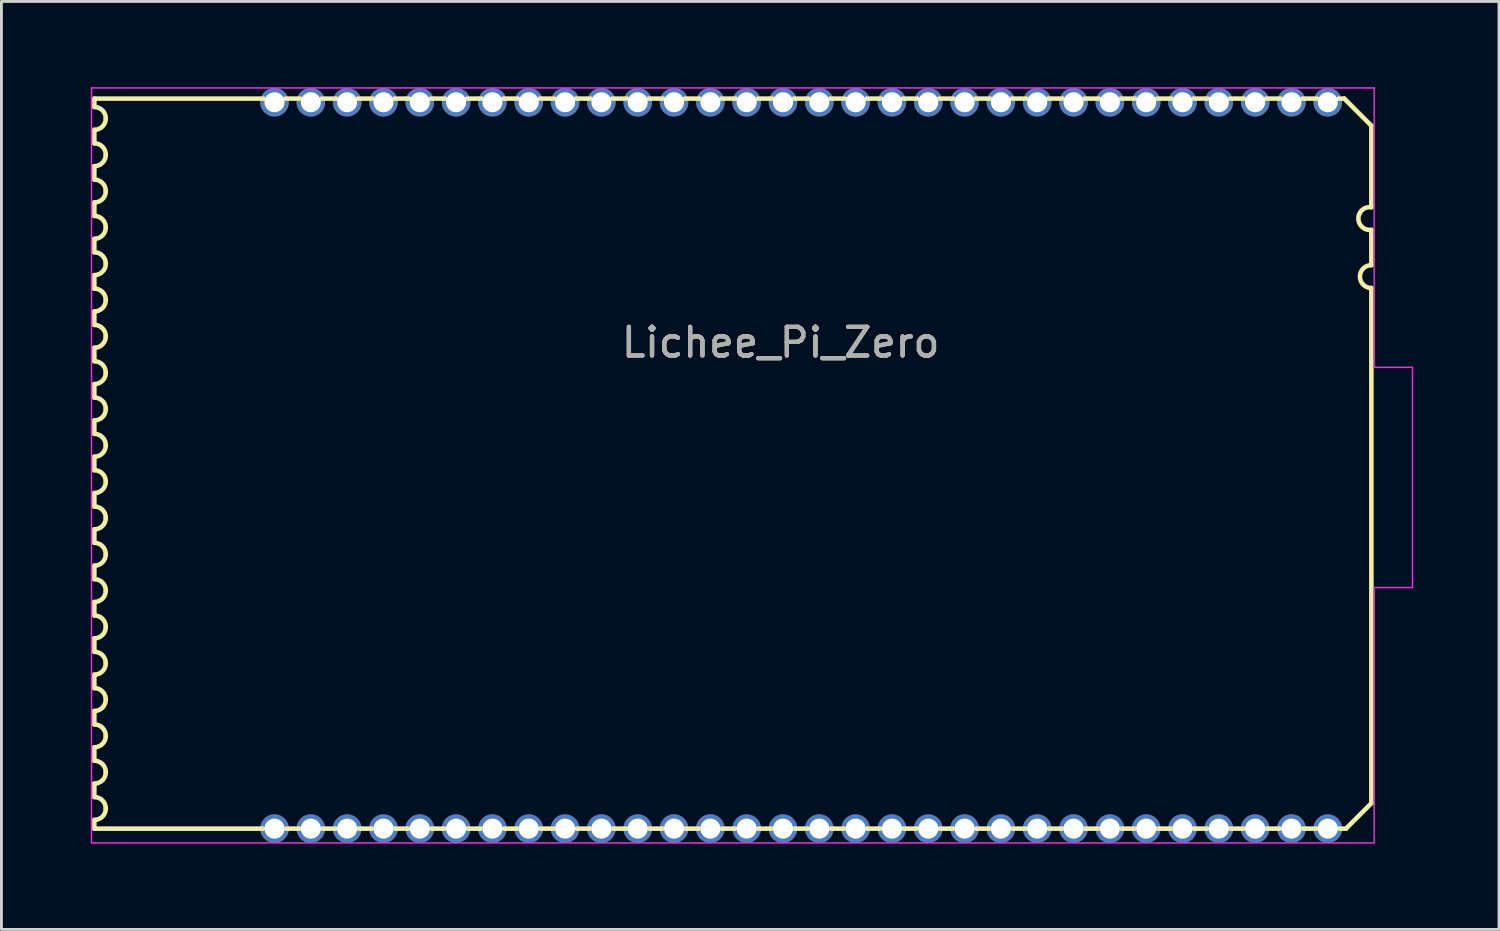
<source format=kicad_pcb>
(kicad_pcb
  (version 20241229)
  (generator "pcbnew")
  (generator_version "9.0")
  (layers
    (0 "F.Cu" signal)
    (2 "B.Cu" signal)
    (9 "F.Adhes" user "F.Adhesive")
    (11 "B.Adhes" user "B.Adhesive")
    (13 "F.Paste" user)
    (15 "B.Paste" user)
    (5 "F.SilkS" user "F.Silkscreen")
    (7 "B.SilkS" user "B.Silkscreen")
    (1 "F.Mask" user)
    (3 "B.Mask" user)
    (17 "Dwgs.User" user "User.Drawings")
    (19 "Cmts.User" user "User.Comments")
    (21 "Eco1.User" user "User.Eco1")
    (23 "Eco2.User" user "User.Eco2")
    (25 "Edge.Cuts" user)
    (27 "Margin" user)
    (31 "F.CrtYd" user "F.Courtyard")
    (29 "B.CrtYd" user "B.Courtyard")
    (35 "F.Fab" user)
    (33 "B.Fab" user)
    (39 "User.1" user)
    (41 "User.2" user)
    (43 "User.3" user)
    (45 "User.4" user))
  (footprint "Lichee_Pi_Zero"
    (layer "F.Cu")
    (at 0.25 25.925)
    (property "Reference" "Lichee_Pi_Zero" (at 24 -17 0) (layer "F.SilkS") (effects (font (size 1 1) (thickness 0.15))))
    (attr smd)
    (fp_line (start -0.001 -25.527) (end -0.001 -25.234) (stroke (width 0.16) (type solid)) (layer "F.SilkS"))
    (fp_line (start -0.001 -24.434) (end -0.001 -23.964) (stroke (width 0.16) (type solid)) (layer "F.SilkS"))
    (fp_line (start -0.001 -23.164) (end -0.001 -22.694) (stroke (width 0.16) (type solid)) (layer "F.SilkS"))
    (fp_line (start -0.001 -21.894) (end -0.001 -21.424) (stroke (width 0.16) (type solid)) (layer "F.SilkS"))
    (fp_line (start -0.001 -20.624) (end -0.001 -20.154) (stroke (width 0.16) (type solid)) (layer "F.SilkS"))
    (fp_line (start -0.001 -19.354) (end -0.001 -18.884) (stroke (width 0.16) (type solid)) (layer "F.SilkS"))
    (fp_line (start -0.001 -18.084) (end -0.001 -17.614) (stroke (width 0.16) (type solid)) (layer "F.SilkS"))
    (fp_line (start -0.001 -16.814) (end -0.001 -16.344) (stroke (width 0.16) (type solid)) (layer "F.SilkS"))
    (fp_line (start -0.001 -15.544) (end -0.001 -15.074) (stroke (width 0.16) (type solid)) (layer "F.SilkS"))
    (fp_line (start -0.001 -14.274) (end -0.001 -13.804) (stroke (width 0.16) (type solid)) (layer "F.SilkS"))
    (fp_line (start -0.001 -13.004) (end -0.001 -12.534) (stroke (width 0.16) (type solid)) (layer "F.SilkS"))
    (fp_line (start -0.001 -11.734) (end -0.001 -11.264) (stroke (width 0.16) (type solid)) (layer "F.SilkS"))
    (fp_line (start -0.001 -10.464) (end -0.001 -9.994) (stroke (width 0.16) (type solid)) (layer "F.SilkS"))
    (fp_line (start -0.001 -9.194) (end -0.001 -8.724) (stroke (width 0.16) (type solid)) (layer "F.SilkS"))
    (fp_line (start -0.001 -7.924) (end -0.001 -7.454) (stroke (width 0.16) (type solid)) (layer "F.SilkS"))
    (fp_line (start -0.001 -6.654) (end -0.001 -6.184) (stroke (width 0.16) (type solid)) (layer "F.SilkS"))
    (fp_line (start -0.001 -5.384) (end -0.001 -4.914) (stroke (width 0.16) (type solid)) (layer "F.SilkS"))
    (fp_line (start -0.001 -4.114) (end -0.001 -3.644) (stroke (width 0.16) (type solid)) (layer "F.SilkS"))
    (fp_line (start -0.001 -2.844) (end -0.001 -2.374) (stroke (width 0.16) (type solid)) (layer "F.SilkS"))
    (fp_line (start -0.001 -1.574) (end -0.001 -1.104) (stroke (width 0.16) (type solid)) (layer "F.SilkS"))
    (fp_line (start -0.001 -0.304) (end -0.001 0) (stroke (width 0.16) (type solid)) (layer "F.SilkS"))
    (fp_line (start -0.001 0) (end 5.899 0) (stroke (width 0.16) (type solid)) (layer "F.SilkS"))
    (fp_line (start 5.92 -25.527) (end -0.001 -25.527) (stroke (width 0.16) (type solid)) (layer "F.SilkS"))
    (fp_line (start 6.699 0) (end 7.169 0) (stroke (width 0.16) (type solid)) (layer "F.SilkS"))
    (fp_line (start 7.19 -25.527) (end 6.679 -25.527) (stroke (width 0.16) (type solid)) (layer "F.SilkS"))
    (fp_line (start 7.969 0) (end 8.439 0) (stroke (width 0.16) (type solid)) (layer "F.SilkS"))
    (fp_line (start 8.46 -25.527) (end 7.949 -25.527) (stroke (width 0.16) (type solid)) (layer "F.SilkS"))
    (fp_line (start 9.239 0) (end 9.709 0) (stroke (width 0.16) (type solid)) (layer "F.SilkS"))
    (fp_line (start 9.73 -25.527) (end 9.219 -25.527) (stroke (width 0.16) (type solid)) (layer "F.SilkS"))
    (fp_line (start 10.509 0) (end 10.979 0) (stroke (width 0.16) (type solid)) (layer "F.SilkS"))
    (fp_line (start 11 -25.527) (end 10.489 -25.527) (stroke (width 0.16) (type solid)) (layer "F.SilkS"))
    (fp_line (start 11.779 0) (end 12.249 0) (stroke (width 0.16) (type solid)) (layer "F.SilkS"))
    (fp_line (start 12.27 -25.527) (end 11.759 -25.527) (stroke (width 0.16) (type solid)) (layer "F.SilkS"))
    (fp_line (start 13.049 0) (end 13.519 0) (stroke (width 0.16) (type solid)) (layer "F.SilkS"))
    (fp_line (start 13.54 -25.527) (end 13.029 -25.527) (stroke (width 0.16) (type solid)) (layer "F.SilkS"))
    (fp_line (start 14.319 0) (end 14.789 0) (stroke (width 0.16) (type solid)) (layer "F.SilkS"))
    (fp_line (start 14.81 -25.527) (end 14.299 -25.527) (stroke (width 0.16) (type solid)) (layer "F.SilkS"))
    (fp_line (start 15.589 0) (end 16.059 0) (stroke (width 0.16) (type solid)) (layer "F.SilkS"))
    (fp_line (start 16.08 -25.527) (end 15.569 -25.527) (stroke (width 0.16) (type solid)) (layer "F.SilkS"))
    (fp_line (start 16.859 0) (end 17.329 0) (stroke (width 0.16) (type solid)) (layer "F.SilkS"))
    (fp_line (start 17.35 -25.527) (end 16.839 -25.527) (stroke (width 0.16) (type solid)) (layer "F.SilkS"))
    (fp_line (start 18.129 0) (end 18.599 0) (stroke (width 0.16) (type solid)) (layer "F.SilkS"))
    (fp_line (start 18.62 -25.527) (end 18.109 -25.527) (stroke (width 0.16) (type solid)) (layer "F.SilkS"))
    (fp_line (start 19.399 0) (end 19.869 0) (stroke (width 0.16) (type solid)) (layer "F.SilkS"))
    (fp_line (start 19.89 -25.527) (end 19.379 -25.527) (stroke (width 0.16) (type solid)) (layer "F.SilkS"))
    (fp_line (start 20.669 0) (end 21.139 0) (stroke (width 0.16) (type solid)) (layer "F.SilkS"))
    (fp_line (start 21.16 -25.527) (end 20.649 -25.527) (stroke (width 0.16) (type solid)) (layer "F.SilkS"))
    (fp_line (start 21.939 0) (end 22.409 0) (stroke (width 0.16) (type solid)) (layer "F.SilkS"))
    (fp_line (start 22.43 -25.527) (end 21.919 -25.527) (stroke (width 0.16) (type solid)) (layer "F.SilkS"))
    (fp_line (start 23.209 0) (end 23.679 0) (stroke (width 0.16) (type solid)) (layer "F.SilkS"))
    (fp_line (start 23.7 -25.527) (end 23.189 -25.527) (stroke (width 0.16) (type solid)) (layer "F.SilkS"))
    (fp_line (start 24.479 0) (end 24.949 0) (stroke (width 0.16) (type solid)) (layer "F.SilkS"))
    (fp_line (start 24.97 -25.527) (end 24.459 -25.527) (stroke (width 0.16) (type solid)) (layer "F.SilkS"))
    (fp_line (start 25.749 0) (end 26.219 0) (stroke (width 0.16) (type solid)) (layer "F.SilkS"))
    (fp_line (start 26.24 -25.527) (end 25.729 -25.527) (stroke (width 0.16) (type solid)) (layer "F.SilkS"))
    (fp_line (start 27.019 0) (end 27.489 0) (stroke (width 0.16) (type solid)) (layer "F.SilkS"))
    (fp_line (start 27.51 -25.527) (end 26.999 -25.527) (stroke (width 0.16) (type solid)) (layer "F.SilkS"))
    (fp_line (start 28.289 0) (end 28.759 0) (stroke (width 0.16) (type solid)) (layer "F.SilkS"))
    (fp_line (start 28.78 -25.527) (end 28.269 -25.527) (stroke (width 0.16) (type solid)) (layer "F.SilkS"))
    (fp_line (start 29.559 0) (end 30.029 0) (stroke (width 0.16) (type solid)) (layer "F.SilkS"))
    (fp_line (start 30.05 -25.527) (end 29.539 -25.527) (stroke (width 0.16) (type solid)) (layer "F.SilkS"))
    (fp_line (start 30.829 0) (end 31.299 0) (stroke (width 0.16) (type solid)) (layer "F.SilkS"))
    (fp_line (start 31.32 -25.527) (end 30.809 -25.527) (stroke (width 0.16) (type solid)) (layer "F.SilkS"))
    (fp_line (start 32.099 0) (end 32.569 0) (stroke (width 0.16) (type solid)) (layer "F.SilkS"))
    (fp_line (start 32.59 -25.527) (end 32.079 -25.527) (stroke (width 0.16) (type solid)) (layer "F.SilkS"))
    (fp_line (start 33.369 0) (end 33.839 0) (stroke (width 0.16) (type solid)) (layer "F.SilkS"))
    (fp_line (start 33.86 -25.527) (end 33.349 -25.527) (stroke (width 0.16) (type solid)) (layer "F.SilkS"))
    (fp_line (start 34.639 0) (end 35.109 0) (stroke (width 0.16) (type solid)) (layer "F.SilkS"))
    (fp_line (start 35.13 -25.527) (end 34.619 -25.527) (stroke (width 0.16) (type solid)) (layer "F.SilkS"))
    (fp_line (start 35.909 0) (end 36.379 0) (stroke (width 0.16) (type solid)) (layer "F.SilkS"))
    (fp_line (start 36.4 -25.527) (end 35.889 -25.527) (stroke (width 0.16) (type solid)) (layer "F.SilkS"))
    (fp_line (start 37.179 0) (end 37.649 0) (stroke (width 0.16) (type solid)) (layer "F.SilkS"))
    (fp_line (start 37.67 -25.527) (end 37.159 -25.527) (stroke (width 0.16) (type solid)) (layer "F.SilkS"))
    (fp_line (start 38.449 0) (end 38.919 0) (stroke (width 0.16) (type solid)) (layer "F.SilkS"))
    (fp_line (start 38.94 -25.527) (end 38.429 -25.527) (stroke (width 0.16) (type solid)) (layer "F.SilkS"))
    (fp_line (start 39.719 0) (end 40.189 0) (stroke (width 0.16) (type solid)) (layer "F.SilkS"))
    (fp_line (start 40.21 -25.527) (end 39.699 -25.527) (stroke (width 0.16) (type solid)) (layer "F.SilkS"))
    (fp_line (start 40.989 0) (end 41.459 0) (stroke (width 0.16) (type solid)) (layer "F.SilkS"))
    (fp_line (start 41.48 -25.527) (end 40.969 -25.527) (stroke (width 0.16) (type solid)) (layer "F.SilkS"))
    (fp_line (start 42.259 0) (end 42.729 0) (stroke (width 0.16) (type solid)) (layer "F.SilkS"))
    (fp_line (start 42.75 -25.527) (end 42.239 -25.527) (stroke (width 0.16) (type solid)) (layer "F.SilkS"))
    (fp_line (start 43.529 0) (end 43.765 0) (stroke (width 0.16) (type solid)) (layer "F.SilkS"))
    (fp_line (start 43.706 -25.527) (end 43.509 -25.527) (stroke (width 0.16) (type solid)) (layer "F.SilkS"))
    (fp_line (start 43.765 0) (end 44.653 -0.888) (stroke (width 0.16) (type solid)) (layer "F.SilkS"))
    (fp_line (start 44.653 -24.58) (end 43.706 -25.527) (stroke (width 0.16) (type solid)) (layer "F.SilkS"))
    (fp_line (start 44.653 -21.73) (end 44.653 -24.58) (stroke (width 0.16) (type solid)) (layer "F.SilkS"))
    (fp_line (start 44.653 -19.704) (end 44.653 -20.938) (stroke (width 0.16) (type solid)) (layer "F.SilkS"))
    (fp_line (start 44.653 -0.888) (end 44.653 -18.904) (stroke (width 0.16) (type solid)) (layer "F.SilkS"))
    (fp_arc (start -0.001 -25.234) (mid 0.281843 -25.116843) (end 0.399 -24.834) (stroke (width 0.16) (type solid)) (layer "F.SilkS"))
    (fp_arc (start -0.001 -23.964) (mid 0.281843 -23.846843) (end 0.399 -23.564) (stroke (width 0.16) (type solid)) (layer "F.SilkS"))
    (fp_arc (start -0.001 -22.694) (mid 0.281843 -22.576843) (end 0.399 -22.294) (stroke (width 0.16) (type solid)) (layer "F.SilkS"))
    (fp_arc (start -0.001 -21.424) (mid 0.281843 -21.306843) (end 0.399 -21.024) (stroke (width 0.16) (type solid)) (layer "F.SilkS"))
    (fp_arc (start -0.001 -20.154) (mid 0.281843 -20.036843) (end 0.399 -19.754) (stroke (width 0.16) (type solid)) (layer "F.SilkS"))
    (fp_arc (start -0.001 -18.884) (mid 0.281843 -18.766843) (end 0.399 -18.484) (stroke (width 0.16) (type solid)) (layer "F.SilkS"))
    (fp_arc (start -0.001 -17.614) (mid 0.281843 -17.496843) (end 0.399 -17.214) (stroke (width 0.16) (type solid)) (layer "F.SilkS"))
    (fp_arc (start -0.001 -16.344) (mid 0.281843 -16.226843) (end 0.399 -15.944) (stroke (width 0.16) (type solid)) (layer "F.SilkS"))
    (fp_arc (start -0.001 -15.074) (mid 0.281843 -14.956843) (end 0.399 -14.674) (stroke (width 0.16) (type solid)) (layer "F.SilkS"))
    (fp_arc (start -0.001 -13.804) (mid 0.281843 -13.686843) (end 0.399 -13.404) (stroke (width 0.16) (type solid)) (layer "F.SilkS"))
    (fp_arc (start -0.001 -12.534) (mid 0.281843 -12.416843) (end 0.399 -12.134) (stroke (width 0.16) (type solid)) (layer "F.SilkS"))
    (fp_arc (start -0.001 -11.264) (mid 0.281843 -11.146843) (end 0.399 -10.864) (stroke (width 0.16) (type solid)) (layer "F.SilkS"))
    (fp_arc (start -0.001 -9.994) (mid 0.281843 -9.876843) (end 0.399 -9.594) (stroke (width 0.16) (type solid)) (layer "F.SilkS"))
    (fp_arc (start -0.001 -8.724) (mid 0.281843 -8.606843) (end 0.399 -8.324) (stroke (width 0.16) (type solid)) (layer "F.SilkS"))
    (fp_arc (start -0.001 -7.454) (mid 0.281843 -7.336843) (end 0.399 -7.054) (stroke (width 0.16) (type solid)) (layer "F.SilkS"))
    (fp_arc (start -0.001 -6.184) (mid 0.281843 -6.066843) (end 0.399 -5.784) (stroke (width 0.16) (type solid)) (layer "F.SilkS"))
    (fp_arc (start -0.001 -4.914) (mid 0.281843 -4.796843) (end 0.399 -4.514) (stroke (width 0.16) (type solid)) (layer "F.SilkS"))
    (fp_arc (start -0.001 -3.644) (mid 0.281843 -3.526843) (end 0.399 -3.244) (stroke (width 0.16) (type solid)) (layer "F.SilkS"))
    (fp_arc (start -0.001 -2.374) (mid 0.281843 -2.256843) (end 0.399 -1.974) (stroke (width 0.16) (type solid)) (layer "F.SilkS"))
    (fp_arc (start -0.001 -1.104) (mid 0.281843 -0.986843) (end 0.399 -0.704) (stroke (width 0.16) (type solid)) (layer "F.SilkS"))
    (fp_arc (start 0.399 -24.834) (mid 0.281843 -24.551157) (end -0.001 -24.434) (stroke (width 0.16) (type solid)) (layer "F.SilkS"))
    (fp_arc (start 0.399 -23.564) (mid 0.281843 -23.281157) (end -0.001 -23.164) (stroke (width 0.16) (type solid)) (layer "F.SilkS"))
    (fp_arc (start 0.399 -22.294) (mid 0.281843 -22.011157) (end -0.001 -21.894) (stroke (width 0.16) (type solid)) (layer "F.SilkS"))
    (fp_arc (start 0.399 -21.024) (mid 0.281843 -20.741157) (end -0.001 -20.624) (stroke (width 0.16) (type solid)) (layer "F.SilkS"))
    (fp_arc (start 0.399 -19.754) (mid 0.281843 -19.471157) (end -0.001 -19.354) (stroke (width 0.16) (type solid)) (layer "F.SilkS"))
    (fp_arc (start 0.399 -18.484) (mid 0.281843 -18.201157) (end -0.001 -18.084) (stroke (width 0.16) (type solid)) (layer "F.SilkS"))
    (fp_arc (start 0.399 -17.214) (mid 0.281843 -16.931157) (end -0.001 -16.814) (stroke (width 0.16) (type solid)) (layer "F.SilkS"))
    (fp_arc (start 0.399 -15.944) (mid 0.281843 -15.661157) (end -0.001 -15.544) (stroke (width 0.16) (type solid)) (layer "F.SilkS"))
    (fp_arc (start 0.399 -14.674) (mid 0.281843 -14.391157) (end -0.001 -14.274) (stroke (width 0.16) (type solid)) (layer "F.SilkS"))
    (fp_arc (start 0.399 -13.404) (mid 0.281843 -13.121157) (end -0.001 -13.004) (stroke (width 0.16) (type solid)) (layer "F.SilkS"))
    (fp_arc (start 0.399 -12.134) (mid 0.281843 -11.851157) (end -0.001 -11.734) (stroke (width 0.16) (type solid)) (layer "F.SilkS"))
    (fp_arc (start 0.399 -10.864) (mid 0.281843 -10.581157) (end -0.001 -10.464) (stroke (width 0.16) (type solid)) (layer "F.SilkS"))
    (fp_arc (start 0.399 -9.594) (mid 0.281843 -9.311157) (end -0.001 -9.194) (stroke (width 0.16) (type solid)) (layer "F.SilkS"))
    (fp_arc (start 0.399 -8.324) (mid 0.281843 -8.041157) (end -0.001 -7.924) (stroke (width 0.16) (type solid)) (layer "F.SilkS"))
    (fp_arc (start 0.399 -7.054) (mid 0.281843 -6.771157) (end -0.001 -6.654) (stroke (width 0.16) (type solid)) (layer "F.SilkS"))
    (fp_arc (start 0.399 -5.784) (mid 0.281843 -5.501157) (end -0.001 -5.384) (stroke (width 0.16) (type solid)) (layer "F.SilkS"))
    (fp_arc (start 0.399 -4.514) (mid 0.281843 -4.231157) (end -0.001 -4.114) (stroke (width 0.16) (type solid)) (layer "F.SilkS"))
    (fp_arc (start 0.399 -3.244) (mid 0.281843 -2.961157) (end -0.001 -2.844) (stroke (width 0.16) (type solid)) (layer "F.SilkS"))
    (fp_arc (start 0.399 -1.974) (mid 0.281843 -1.691157) (end -0.001 -1.574) (stroke (width 0.16) (type solid)) (layer "F.SilkS"))
    (fp_arc (start 0.399 -0.704) (mid 0.281843 -0.421157) (end -0.001 -0.304) (stroke (width 0.16) (type solid)) (layer "F.SilkS"))
    (fp_arc (start 44.652908 -20.937987) (mid 44.199335 -21.334046) (end 44.653 -21.73) (stroke (width 0.16) (type solid)) (layer "F.SilkS"))
    (fp_arc (start 44.653 -18.904) (mid 44.253 -19.304) (end 44.653 -19.704) (stroke (width 0.16) (type solid)) (layer "F.SilkS"))
    (fp_line (start -0.1 -25.9) (end 44.75 -25.9) (stroke (width 0.05) (type solid)) (layer "F.CrtYd"))
    (fp_line (start -0.1 0.5) (end -0.1 -25.9) (stroke (width 0.05) (type solid)) (layer "F.CrtYd"))
    (fp_line (start 44.75 -25.9) (end 44.75 -16.13) (stroke (width 0.05) (type solid)) (layer "F.CrtYd"))
    (fp_line (start 44.75 -16.13) (end 46.09 -16.13) (stroke (width 0.05) (type solid)) (layer "F.CrtYd"))
    (fp_line (start 44.75 -8.43) (end 44.75 0.5) (stroke (width 0.05) (type solid)) (layer "F.CrtYd"))
    (fp_line (start 44.75 0.5) (end -0.1 0.5) (stroke (width 0.05) (type solid)) (layer "F.CrtYd"))
    (fp_line (start 46.09 -16.13) (end 46.09 -8.43) (stroke (width 0.05) (type solid)) (layer "F.CrtYd"))
    (fp_line (start 46.09 -8.43) (end 44.75 -8.43) (stroke (width 0.05) (type solid)) (layer "F.CrtYd"))
    (fp_text user "${REFERENCE}" (at 24 -17 0) (layer "F.Fab") (effects (font (size 1 1) (thickness 0.15))))
    (pad "1" thru_hole circle (at 17.729 -25.4) (size 1 1) (drill 0.7) (layers "*.Cu" "*.Mask"))
    (pad "1V2" thru_hole circle (at 18.999 0) (size 1 1) (drill 0.7) (layers "*.Cu" "*.Mask"))
    (pad "1V8" thru_hole circle (at 21.539 0) (size 1 1) (drill 0.7) (layers "*.Cu" "*.Mask"))
    (pad "2" thru_hole circle (at 15.189 -25.4) (size 1 1) (drill 0.7) (layers "*.Cu" "*.Mask"))
    (pad "3" thru_hole circle (at 12.649 -25.4) (size 1 1) (drill 0.7) (layers "*.Cu" "*.Mask"))
    (pad "3V" thru_hole circle (at 41.859 -25.4) (size 1 1) (drill 0.7) (layers "*.Cu" "*.Mask"))
    (pad "3V3" thru_hole circle (at 24.079 0) (size 1 1) (drill 0.7) (layers "*.Cu" "*.Mask"))
    (pad "3V3" thru_hole circle (at 25.349 -25.4) (size 1 1) (drill 0.7) (layers "*.Cu" "*.Mask"))
    (pad "4" thru_hole circle (at 10.109 -25.4) (size 1 1) (drill 0.7) (layers "*.Cu" "*.Mask"))
    (pad "5" thru_hole circle (at 7.569 -25.4) (size 1 1) (drill 0.7) (layers "*.Cu" "*.Mask"))
    (pad "5V" thru_hole circle (at 43.129 0) (size 1 1) (drill 0.7) (layers "*.Cu" "*.Mask"))
    (pad "8" thru_hole circle (at 10.109 0) (size 1 1) (drill 0.7) (layers "*.Cu" "*.Mask"))
    (pad "9" thru_hole circle (at 7.569 0) (size 1 1) (drill 0.7) (layers "*.Cu" "*.Mask"))
    (pad "10" thru_hole circle (at 11.379 0) (size 1 1) (drill 0.7) (layers "*.Cu" "*.Mask"))
    (pad "36" thru_hole circle (at 6.299 0) (size 1 1) (drill 0.7) (layers "*.Cu" "*.Mask"))
    (pad "37" thru_hole circle (at 8.839 0) (size 1 1) (drill 0.7) (layers "*.Cu" "*.Mask"))
    (pad "39" thru_hole circle (at 12.649 0) (size 1 1) (drill 0.7) (layers "*.Cu" "*.Mask"))
    (pad "40" thru_hole circle (at 15.189 0) (size 1 1) (drill 0.7) (layers "*.Cu" "*.Mask"))
    (pad "41" thru_hole circle (at 13.919 0) (size 1 1) (drill 0.7) (layers "*.Cu" "*.Mask"))
    (pad "42" thru_hole circle (at 16.459 0) (size 1 1) (drill 0.7) (layers "*.Cu" "*.Mask"))
    (pad "43" thru_hole circle (at 17.729 0) (size 1 1) (drill 0.7) (layers "*.Cu" "*.Mask"))
    (pad "44" thru_hole circle (at 20.269 0) (size 1 1) (drill 0.7) (layers "*.Cu" "*.Mask"))
    (pad "45" thru_hole circle (at 22.809 0) (size 1 1) (drill 0.7) (layers "*.Cu" "*.Mask"))
    (pad "46" thru_hole circle (at 25.349 0) (size 1 1) (drill 0.7) (layers "*.Cu" "*.Mask"))
    (pad "48" thru_hole circle (at 27.889 0) (size 1 1) (drill 0.7) (layers "*.Cu" "*.Mask"))
    (pad "49" thru_hole circle (at 30.429 0) (size 1 1) (drill 0.7) (layers "*.Cu" "*.Mask"))
    (pad "52" thru_hole circle (at 38.049 0) (size 1 1) (drill 0.7) (layers "*.Cu" "*.Mask"))
    (pad "53" thru_hole circle (at 32.969 0) (size 1 1) (drill 0.7) (layers "*.Cu" "*.Mask"))
    (pad "54" thru_hole circle (at 40.589 0) (size 1 1) (drill 0.7) (layers "*.Cu" "*.Mask"))
    (pad "55" thru_hole circle (at 35.509 0) (size 1 1) (drill 0.7) (layers "*.Cu" "*.Mask"))
    (pad "81" thru_hole circle (at 26.619 0) (size 1 1) (drill 0.7) (layers "*.Cu" "*.Mask"))
    (pad "82" thru_hole circle (at 29.159 0) (size 1 1) (drill 0.7) (layers "*.Cu" "*.Mask"))
    (pad "83" thru_hole circle (at 31.699 0) (size 1 1) (drill 0.7) (layers "*.Cu" "*.Mask"))
    (pad "84" thru_hole circle (at 34.239 0) (size 1 1) (drill 0.7) (layers "*.Cu" "*.Mask"))
    (pad "86" thru_hole circle (at 36.779 0) (size 1 1) (drill 0.7) (layers "*.Cu" "*.Mask"))
    (pad "87" thru_hole circle (at 39.319 0) (size 1 1) (drill 0.7) (layers "*.Cu" "*.Mask"))
    (pad "89" thru_hole circle (at 39.319 -25.4) (size 1 1) (drill 0.7) (layers "*.Cu" "*.Mask"))
    (pad "90" thru_hole circle (at 36.779 -25.4) (size 1 1) (drill 0.7) (layers "*.Cu" "*.Mask"))
    (pad "91" thru_hole circle (at 34.239 -25.4) (size 1 1) (drill 0.7) (layers "*.Cu" "*.Mask"))
    (pad "92" thru_hole circle (at 31.699 -25.4) (size 1 1) (drill 0.7) (layers "*.Cu" "*.Mask"))
    (pad "100" thru_hole circle (at 29.159 -25.4) (size 1 1) (drill 0.7) (layers "*.Cu" "*.Mask"))
    (pad "101" thru_hole circle (at 43.129 -25.4) (size 1 1) (drill 0.7) (layers "*.Cu" "*.Mask"))
    (pad "102" thru_hole circle (at 40.589 -25.4) (size 1 1) (drill 0.7) (layers "*.Cu" "*.Mask"))
    (pad "103" thru_hole circle (at 38.049 -25.4) (size 1 1) (drill 0.7) (layers "*.Cu" "*.Mask"))
    (pad "105" thru_hole circle (at 35.509 -25.4) (size 1 1) (drill 0.7) (layers "*.Cu" "*.Mask"))
    (pad "106" thru_hole circle (at 32.969 -25.4) (size 1 1) (drill 0.7) (layers "*.Cu" "*.Mask"))
    (pad "107" thru_hole circle (at 30.429 -25.4) (size 1 1) (drill 0.7) (layers "*.Cu" "*.Mask"))
    (pad "110" thru_hole circle (at 26.619 -25.4) (size 1 1) (drill 0.7) (layers "*.Cu" "*.Mask"))
    (pad "111" thru_hole circle (at 24.079 -25.4) (size 1 1) (drill 0.7) (layers "*.Cu" "*.Mask"))
    (pad "112" thru_hole circle (at 27.889 -25.4) (size 1 1) (drill 0.7) (layers "*.Cu" "*.Mask"))
    (pad "113" thru_hole circle (at 21.539 -25.4) (size 1 1) (drill 0.7) (layers "*.Cu" "*.Mask"))
    (pad "114" thru_hole circle (at 18.999 -25.4) (size 1 1) (drill 0.7) (layers "*.Cu" "*.Mask"))
    (pad "119" thru_hole circle (at 16.459 -25.4) (size 1 1) (drill 0.7) (layers "*.Cu" "*.Mask"))
    (pad "120" thru_hole circle (at 13.919 -25.4) (size 1 1) (drill 0.7) (layers "*.Cu" "*.Mask"))
    (pad "121" thru_hole circle (at 11.379 -25.4) (size 1 1) (drill 0.7) (layers "*.Cu" "*.Mask"))
    (pad "124" thru_hole circle (at 8.839 -25.4) (size 1 1) (drill 0.7) (layers "*.Cu" "*.Mask"))
    (pad "125" thru_hole circle (at 6.299 -25.4) (size 1 1) (drill 0.7) (layers "*.Cu" "*.Mask"))
    (pad "128" thru_hole circle (at 20.269 -25.4) (size 1 1) (drill 0.7) (layers "*.Cu" "*.Mask"))
    (pad "GND" thru_hole circle (at 22.809 -25.4) (size 1 1) (drill 0.7) (layers "*.Cu" "*.Mask"))
    (pad "GND" thru_hole circle (at 41.859 0) (size 1 1) (drill 0.7) (layers "*.Cu" "*.Mask")))
  (gr_rect
    (start -3 -3)
    (end 49.365 29.45)
    (stroke (width 0.1) (type default))
    (fill no)
    (layer "Edge.Cuts")))
</source>
